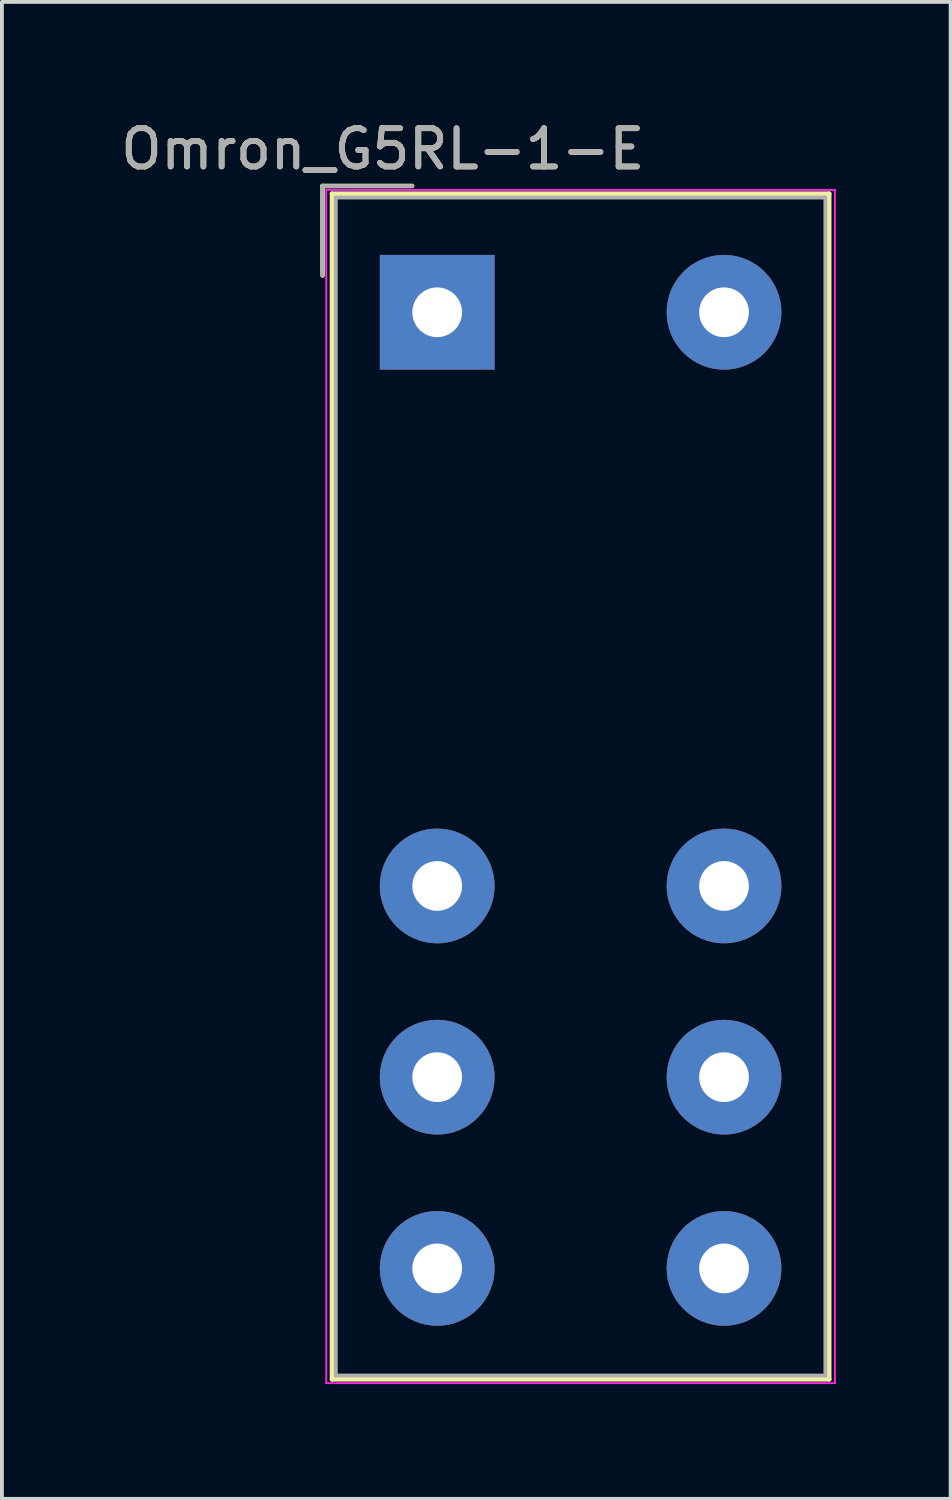
<source format=kicad_pcb>
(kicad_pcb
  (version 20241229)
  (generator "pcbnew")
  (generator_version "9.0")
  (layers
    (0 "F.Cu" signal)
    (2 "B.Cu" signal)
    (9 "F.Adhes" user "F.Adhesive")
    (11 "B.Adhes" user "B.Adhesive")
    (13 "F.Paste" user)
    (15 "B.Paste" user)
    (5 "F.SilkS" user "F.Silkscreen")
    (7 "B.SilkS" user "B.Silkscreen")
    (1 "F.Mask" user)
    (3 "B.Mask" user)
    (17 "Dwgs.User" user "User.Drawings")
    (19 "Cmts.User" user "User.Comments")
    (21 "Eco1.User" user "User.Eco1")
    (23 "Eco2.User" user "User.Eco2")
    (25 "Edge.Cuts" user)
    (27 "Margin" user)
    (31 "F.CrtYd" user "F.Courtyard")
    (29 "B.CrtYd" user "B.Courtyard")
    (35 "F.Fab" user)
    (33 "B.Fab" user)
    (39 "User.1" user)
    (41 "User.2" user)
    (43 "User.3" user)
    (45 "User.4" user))
  (footprint "Omron_G5RL-1-E"
    (layer "F.Cu")
    (at 8.381 5.115)
    (property "Reference" "Omron_G5RL-1-E" (at -1.422 -4.267 0) (layer "F.SilkS") (effects (font (size 1 1) (thickness 0.15))))
    (attr through_hole)
    (fp_line (start -2.997 -3.302) (end -0.657 -3.302) (stroke (width 0.12) (type solid)) (layer "F.SilkS"))
    (fp_line (start -2.997 -0.962) (end -2.997 -3.302) (stroke (width 0.12) (type solid)) (layer "F.SilkS"))
    (fp_line (start -2.75 -3.1) (end -2.75 27.9) (stroke (width 0.12) (type solid)) (layer "F.SilkS"))
    (fp_line (start -2.75 27.9) (end 10.25 27.9) (stroke (width 0.12) (type solid)) (layer "F.SilkS"))
    (fp_line (start 10.25 -3.1) (end -2.75 -3.1) (stroke (width 0.12) (type solid)) (layer "F.SilkS"))
    (fp_line (start 10.25 27.9) (end 10.25 -3.1) (stroke (width 0.12) (type solid)) (layer "F.SilkS"))
    (fp_line (start -2.9 -3.2) (end -2.9 28) (stroke (width 0.05) (type solid)) (layer "F.CrtYd"))
    (fp_line (start -2.9 28) (end 10.4 28) (stroke (width 0.05) (type solid)) (layer "F.CrtYd"))
    (fp_line (start 10.4 -3.2) (end -2.9 -3.2) (stroke (width 0.05) (type solid)) (layer "F.CrtYd"))
    (fp_line (start 10.4 28) (end 10.4 -3.2) (stroke (width 0.05) (type solid)) (layer "F.CrtYd"))
    (fp_line (start -2.997 -0.962) (end -2.997 -3.302) (stroke (width 0.1) (type solid)) (layer "F.Fab"))
    (fp_line (start -2.99 -3.3) (end -0.65 -3.3) (stroke (width 0.1) (type solid)) (layer "F.Fab"))
    (fp_line (start -2.65 -3) (end -2.65 27.8) (stroke (width 0.1) (type solid)) (layer "F.Fab"))
    (fp_line (start -2.65 27.8) (end 10.15 27.8) (stroke (width 0.1) (type solid)) (layer "F.Fab"))
    (fp_line (start 10.15 -3) (end -2.65 -3) (stroke (width 0.1) (type solid)) (layer "F.Fab"))
    (fp_line (start 10.15 27.8) (end 10.15 -3) (stroke (width 0.1) (type solid)) (layer "F.Fab"))
    (fp_text user "${REFERENCE}" (at -1.422 -4.267 0) (layer "F.Fab") (effects (font (size 1 1) (thickness 0.15))))
    (pad "1" thru_hole rect (at 0 0) (size 3 3) (drill 1.3) (layers "*.Cu" "*.Mask"))
    (pad "2" thru_hole oval (at 0 15) (size 3 3) (drill 1.3) (layers "*.Cu" "*.Mask"))
    (pad "3" thru_hole oval (at 0 20) (size 3 3) (drill 1.3) (layers "*.Cu" "*.Mask"))
    (pad "4" thru_hole oval (at 0 25) (size 3 3) (drill 1.3) (layers "*.Cu" "*.Mask"))
    (pad "5" thru_hole oval (at 7.5 25) (size 3 3) (drill 1.3) (layers "*.Cu" "*.Mask"))
    (pad "6" thru_hole oval (at 7.5 20) (size 3 3) (drill 1.3) (layers "*.Cu" "*.Mask"))
    (pad "7" thru_hole oval (at 7.5 15) (size 3 3) (drill 1.3) (layers "*.Cu" "*.Mask"))
    (pad "8" thru_hole oval (at 7.5 0) (size 3 3) (drill 1.3) (layers "*.Cu" "*.Mask")))
  (gr_rect
    (start -3 -3)
    (end 21.806 36.14)
    (stroke (width 0.1) (type default))
    (fill no)
    (layer "Edge.Cuts")))
</source>
